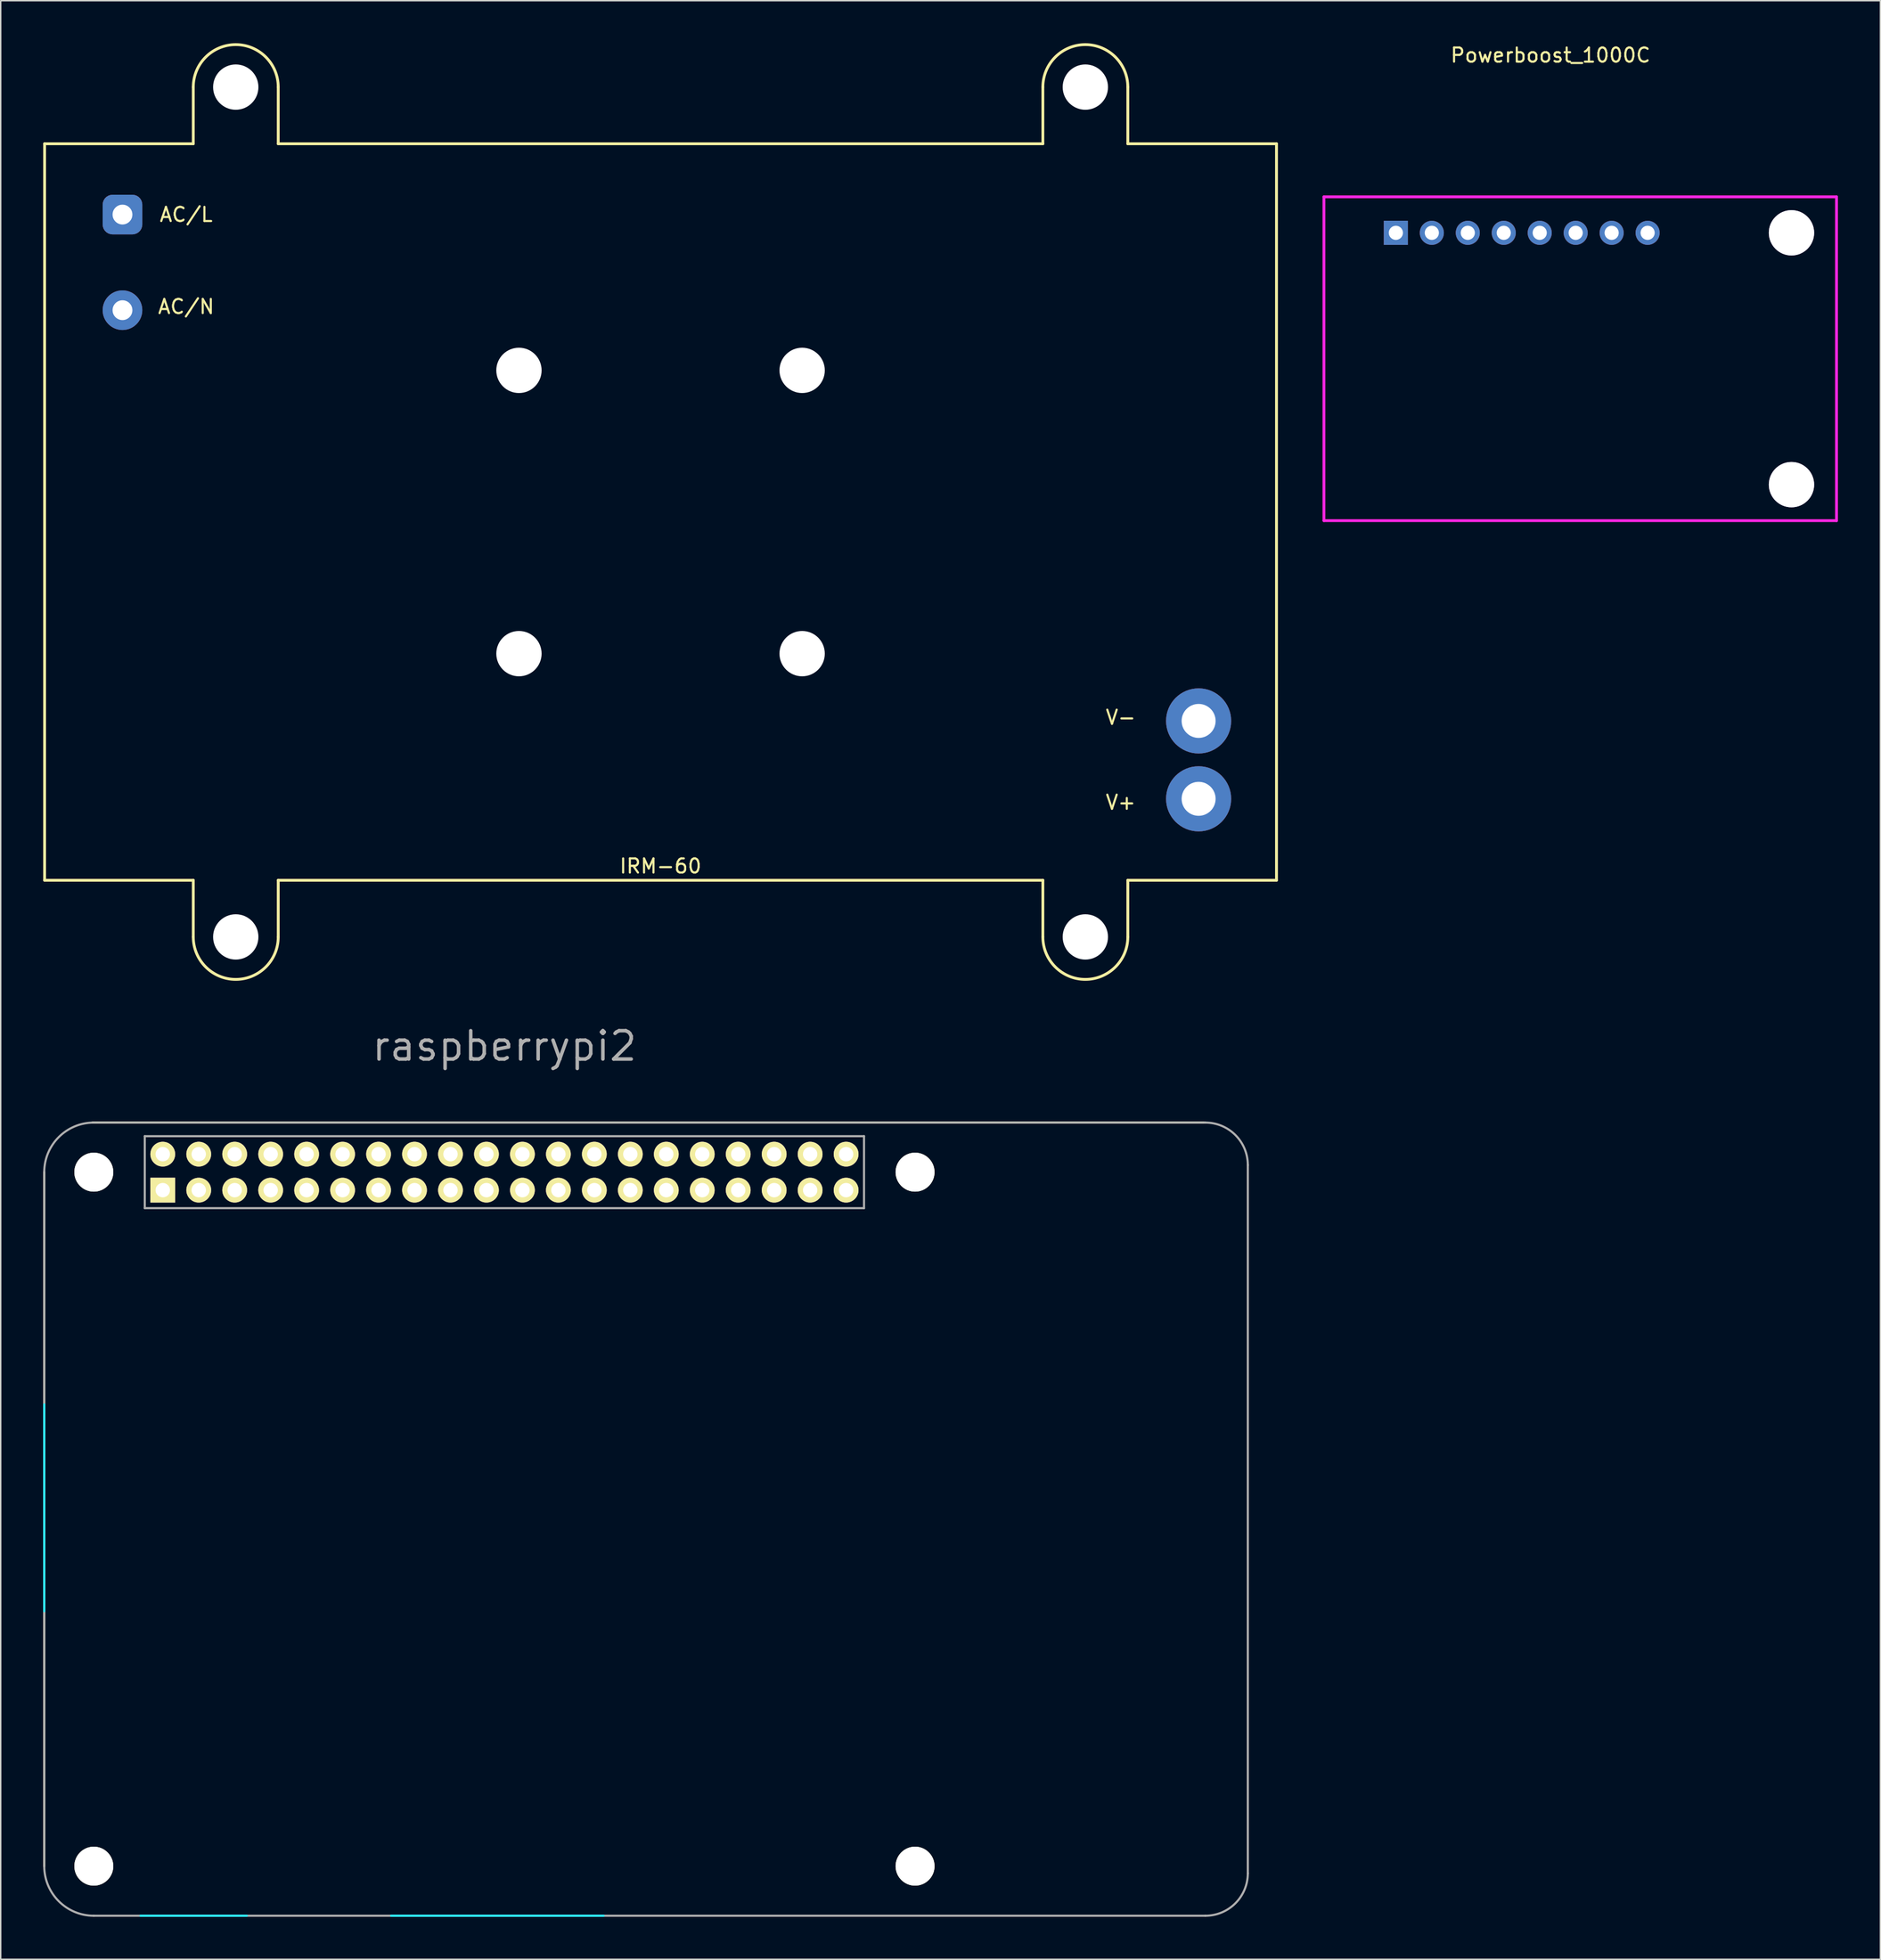
<source format=kicad_pcb>
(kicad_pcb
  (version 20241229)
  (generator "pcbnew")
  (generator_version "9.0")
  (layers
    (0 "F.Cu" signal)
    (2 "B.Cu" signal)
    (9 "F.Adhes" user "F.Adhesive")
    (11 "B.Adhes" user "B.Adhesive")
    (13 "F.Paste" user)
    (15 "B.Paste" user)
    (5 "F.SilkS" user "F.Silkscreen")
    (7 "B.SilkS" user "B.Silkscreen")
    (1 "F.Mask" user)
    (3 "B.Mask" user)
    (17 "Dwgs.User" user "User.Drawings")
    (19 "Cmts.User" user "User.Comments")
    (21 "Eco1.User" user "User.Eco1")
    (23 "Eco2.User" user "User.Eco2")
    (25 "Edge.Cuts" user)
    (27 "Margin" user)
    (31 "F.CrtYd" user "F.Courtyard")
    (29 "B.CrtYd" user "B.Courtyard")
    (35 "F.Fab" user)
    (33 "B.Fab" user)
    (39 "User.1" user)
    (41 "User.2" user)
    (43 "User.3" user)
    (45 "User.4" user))
  (footprint "raspberrypi2"
    (layer "F.Cu")
    (at 32.575 79.709)
    (property "Reference" "raspberrypi2" (at 0 -8.9 0) (layer "F.Fab") (effects (font (size 2 2) (thickness 0.25))))
    (attr through_hole)
    (fp_line (start -32.5 49) (end -32.5 0) (stroke (width 0.15) (type solid)) (layer "F.SilkS"))
    (fp_line (start 49.4 -3.5) (end -29.1 -3.5) (stroke (width 0.15) (type solid)) (layer "F.SilkS"))
    (fp_line (start -32.5 16.4) (end -32.5 31) (stroke (width 0.15) (type solid)) (layer "B.CrtYd"))
    (fp_line (start -18.2 52.5) (end -25.7 52.5) (stroke (width 0.15) (type solid)) (layer "B.CrtYd"))
    (fp_line (start 7 52.5) (end -8 52.5) (stroke (width 0.15) (type solid)) (layer "B.CrtYd"))
    (fp_line (start -32.5 49) (end -32.5 0) (stroke (width 0.15) (type solid)) (layer "F.Fab"))
    (fp_line (start -29 52.5) (end 49.5 52.5) (stroke (width 0.15) (type solid)) (layer "F.Fab"))
    (fp_line (start -25.4 -2.54) (end -25.4 2.54) (stroke (width 0.15) (type solid)) (layer "F.Fab"))
    (fp_line (start -25.4 -2.54) (end 25.4 -2.54) (stroke (width 0.15) (type solid)) (layer "F.Fab"))
    (fp_line (start 25.395 2.54) (end 25.395 -2.54) (stroke (width 0.15) (type solid)) (layer "F.Fab"))
    (fp_line (start 25.4 2.54) (end -25.4 2.54) (stroke (width 0.15) (type solid)) (layer "F.Fab"))
    (fp_line (start 49.5 -3.5) (end -29 -3.5) (stroke (width 0.15) (type solid)) (layer "F.Fab"))
    (fp_line (start 52.5 49.5) (end 52.5 -0.5) (stroke (width 0.15) (type solid)) (layer "F.Fab"))
    (fp_arc (start -32.5 0) (mid -31.474874 -2.474874) (end -29 -3.5) (stroke (width 0.15) (type solid)) (layer "F.Fab"))
    (fp_arc (start -29 52.5) (mid -31.474874 51.474874) (end -32.5 49) (stroke (width 0.15) (type solid)) (layer "F.Fab"))
    (fp_arc (start 49.5 -3.5) (mid 51.62132 -2.62132) (end 52.5 -0.5) (stroke (width 0.15) (type solid)) (layer "F.Fab"))
    (fp_arc (start 52.5 49.5) (mid 51.62132 51.62132) (end 49.5 52.5) (stroke (width 0.15) (type solid)) (layer "F.Fab"))
    (pad "" np_thru_hole circle (at -29 0) (size 2.75 2.75) (drill 2.75) (layers "*.Cu" "*.Mask" "F.SilkS"))
    (pad "" np_thru_hole circle (at -29 49) (size 2.75 2.75) (drill 2.75) (layers "*.Cu" "*.Mask" "F.SilkS"))
    (pad "" np_thru_hole circle (at 29 0) (size 2.75 2.75) (drill 2.75) (layers "*.Cu" "*.Mask" "F.SilkS"))
    (pad "" np_thru_hole circle (at 29 49) (size 2.75 2.75) (drill 2.75) (layers "*.Cu" "*.Mask" "F.SilkS"))
    (pad "1" thru_hole rect (at -24.13 1.27) (size 1.75 1.75) (drill 1.016) (layers "*.Cu" "*.Mask" "F.SilkS"))
    (pad "2" thru_hole circle (at -24.13 -1.27) (size 1.75 1.75) (drill 1.016) (layers "*.Cu" "*.Mask" "F.SilkS"))
    (pad "3" thru_hole circle (at -21.59 1.27) (size 1.75 1.75) (drill 1.016) (layers "*.Cu" "*.Mask" "F.SilkS"))
    (pad "4" thru_hole circle (at -21.59 -1.27) (size 1.75 1.75) (drill 1.016) (layers "*.Cu" "*.Mask" "F.SilkS"))
    (pad "5" thru_hole circle (at -19.05 1.27) (size 1.75 1.75) (drill 1.016) (layers "*.Cu" "*.Mask" "F.SilkS"))
    (pad "6" thru_hole circle (at -19.05 -1.27) (size 1.75 1.75) (drill 1.016) (layers "*.Cu" "*.Mask" "F.SilkS"))
    (pad "7" thru_hole circle (at -16.51 1.27) (size 1.75 1.75) (drill 1.016) (layers "*.Cu" "*.Mask" "F.SilkS"))
    (pad "8" thru_hole circle (at -16.51 -1.27) (size 1.75 1.75) (drill 1.016) (layers "*.Cu" "*.Mask" "F.SilkS"))
    (pad "9" thru_hole circle (at -13.97 1.27) (size 1.75 1.75) (drill 1.016) (layers "*.Cu" "*.Mask" "F.SilkS"))
    (pad "10" thru_hole circle (at -13.97 -1.27) (size 1.75 1.75) (drill 1.016) (layers "*.Cu" "*.Mask" "F.SilkS"))
    (pad "11" thru_hole circle (at -11.43 1.27) (size 1.75 1.75) (drill 1.016) (layers "*.Cu" "*.Mask" "F.SilkS"))
    (pad "12" thru_hole circle (at -11.43 -1.27) (size 1.75 1.75) (drill 1.016) (layers "*.Cu" "*.Mask" "F.SilkS"))
    (pad "13" thru_hole circle (at -8.89 1.27) (size 1.75 1.75) (drill 1.016) (layers "*.Cu" "*.Mask" "F.SilkS"))
    (pad "14" thru_hole circle (at -8.89 -1.27) (size 1.75 1.75) (drill 1.016) (layers "*.Cu" "*.Mask" "F.SilkS"))
    (pad "15" thru_hole circle (at -6.35 1.27) (size 1.75 1.75) (drill 1.016) (layers "*.Cu" "*.Mask" "F.SilkS"))
    (pad "16" thru_hole circle (at -6.35 -1.27) (size 1.75 1.75) (drill 1.016) (layers "*.Cu" "*.Mask" "F.SilkS"))
    (pad "17" thru_hole circle (at -3.81 1.27) (size 1.75 1.75) (drill 1.016) (layers "*.Cu" "*.Mask" "F.SilkS"))
    (pad "18" thru_hole circle (at -3.81 -1.27) (size 1.75 1.75) (drill 1.016) (layers "*.Cu" "*.Mask" "F.SilkS"))
    (pad "19" thru_hole circle (at -1.27 1.27) (size 1.75 1.75) (drill 1.016) (layers "*.Cu" "*.Mask" "F.SilkS"))
    (pad "20" thru_hole circle (at -1.27 -1.27) (size 1.75 1.75) (drill 1.016) (layers "*.Cu" "*.Mask" "F.SilkS"))
    (pad "21" thru_hole circle (at 1.27 1.27) (size 1.75 1.75) (drill 1.016) (layers "*.Cu" "*.Mask" "F.SilkS"))
    (pad "22" thru_hole circle (at 1.27 -1.27) (size 1.75 1.75) (drill 1.016) (layers "*.Cu" "*.Mask" "F.SilkS"))
    (pad "23" thru_hole circle (at 3.81 1.27) (size 1.75 1.75) (drill 1.016) (layers "*.Cu" "*.Mask" "F.SilkS"))
    (pad "24" thru_hole circle (at 3.81 -1.27) (size 1.75 1.75) (drill 1.016) (layers "*.Cu" "*.Mask" "F.SilkS"))
    (pad "25" thru_hole circle (at 6.35 1.27) (size 1.75 1.75) (drill 1.016) (layers "*.Cu" "*.Mask" "F.SilkS"))
    (pad "26" thru_hole circle (at 6.35 -1.27) (size 1.75 1.75) (drill 1.016) (layers "*.Cu" "*.Mask" "F.SilkS"))
    (pad "27" thru_hole circle (at 8.89 1.27) (size 1.75 1.75) (drill 1.016) (layers "*.Cu" "*.Mask" "F.SilkS"))
    (pad "28" thru_hole circle (at 8.89 -1.27) (size 1.75 1.75) (drill 1.016) (layers "*.Cu" "*.Mask" "F.SilkS"))
    (pad "29" thru_hole circle (at 11.43 1.27) (size 1.75 1.75) (drill 1.016) (layers "*.Cu" "*.Mask" "F.SilkS"))
    (pad "30" thru_hole circle (at 11.43 -1.27) (size 1.75 1.75) (drill 1.016) (layers "*.Cu" "*.Mask" "F.SilkS"))
    (pad "31" thru_hole circle (at 13.97 1.27) (size 1.75 1.75) (drill 1.016) (layers "*.Cu" "*.Mask" "F.SilkS"))
    (pad "32" thru_hole circle (at 13.97 -1.27) (size 1.75 1.75) (drill 1.016) (layers "*.Cu" "*.Mask" "F.SilkS"))
    (pad "33" thru_hole circle (at 16.51 1.27) (size 1.75 1.75) (drill 1.016) (layers "*.Cu" "*.Mask" "F.SilkS"))
    (pad "34" thru_hole circle (at 16.51 -1.27) (size 1.75 1.75) (drill 1.016) (layers "*.Cu" "*.Mask" "F.SilkS"))
    (pad "35" thru_hole circle (at 19.05 1.27) (size 1.75 1.75) (drill 1.016) (layers "*.Cu" "*.Mask" "F.SilkS"))
    (pad "36" thru_hole circle (at 19.05 -1.27) (size 1.75 1.75) (drill 1.016) (layers "*.Cu" "*.Mask" "F.SilkS"))
    (pad "37" thru_hole circle (at 21.59 1.27) (size 1.75 1.75) (drill 1.016) (layers "*.Cu" "*.Mask" "F.SilkS"))
    (pad "38" thru_hole circle (at 21.59 -1.27) (size 1.75 1.75) (drill 1.016) (layers "*.Cu" "*.Mask" "F.SilkS"))
    (pad "39" thru_hole circle (at 24.13 1.27) (size 1.75 1.75) (drill 1.016) (layers "*.Cu" "*.Mask" "F.SilkS"))
    (pad "40" thru_hole circle (at 24.13 -1.27) (size 1.75 1.75) (drill 1.016) (layers "*.Cu" "*.Mask" "F.SilkS")))
  (footprint "IRM-60"
    (layer "F.Cu")
    (at 43.6 33.1)
    (property "Reference" "IRM-60" (at 0 25 0) (layer "F.SilkS") (effects (font (size 1 1) (thickness 0.15))))
    (attr through_hole)
    (fp_line (start -43.5 -26) (end -43.5 26) (stroke (width 0.2) (type solid)) (layer "F.SilkS"))
    (fp_line (start -43.5 26) (end -33 26) (stroke (width 0.2) (type solid)) (layer "F.SilkS"))
    (fp_line (start -33 -30) (end -33 -26) (stroke (width 0.2) (type solid)) (layer "F.SilkS"))
    (fp_line (start -33 -26) (end -43.5 -26) (stroke (width 0.2) (type solid)) (layer "F.SilkS"))
    (fp_line (start -33 30) (end -33 26) (stroke (width 0.2) (type solid)) (layer "F.SilkS"))
    (fp_line (start -27 -30) (end -27 -26) (stroke (width 0.2) (type solid)) (layer "F.SilkS"))
    (fp_line (start -27 -26) (end 27 -26) (stroke (width 0.2) (type solid)) (layer "F.SilkS"))
    (fp_line (start -27 26) (end 27 26) (stroke (width 0.2) (type solid)) (layer "F.SilkS"))
    (fp_line (start -27 30) (end -27 26) (stroke (width 0.2) (type solid)) (layer "F.SilkS"))
    (fp_line (start 27 -30) (end 27 -26) (stroke (width 0.2) (type solid)) (layer "F.SilkS"))
    (fp_line (start 27 30) (end 27 26) (stroke (width 0.2) (type solid)) (layer "F.SilkS"))
    (fp_line (start 33 -30) (end 33 -26) (stroke (width 0.2) (type solid)) (layer "F.SilkS"))
    (fp_line (start 33 -26) (end 43.5 -26) (stroke (width 0.2) (type solid)) (layer "F.SilkS"))
    (fp_line (start 33 26) (end 43.5 26) (stroke (width 0.2) (type solid)) (layer "F.SilkS"))
    (fp_line (start 33 30) (end 33 26) (stroke (width 0.2) (type solid)) (layer "F.SilkS"))
    (fp_line (start 43.5 -26) (end 43.5 26) (stroke (width 0.2) (type solid)) (layer "F.SilkS"))
    (fp_arc (start -33 -30) (mid -30 -33) (end -27 -30) (stroke (width 0.2) (type solid)) (layer "F.SilkS"))
    (fp_arc (start -27 30) (mid -30 33) (end -33 30) (stroke (width 0.2) (type solid)) (layer "F.SilkS"))
    (fp_arc (start 27 -30) (mid 30 -33) (end 33 -30) (stroke (width 0.2) (type solid)) (layer "F.SilkS"))
    (fp_arc (start 33 30) (mid 30 33) (end 27 30) (stroke (width 0.2) (type solid)) (layer "F.SilkS"))
    (fp_text user "AC/N" (at -33.5 -14.5 0) (layer "F.SilkS") (effects (font (size 1 1) (thickness 0.15))))
    (fp_text user "V+" (at 32.5 20.5 0) (layer "F.SilkS") (effects (font (size 1 1) (thickness 0.15))))
    (fp_text user "V-" (at 32.5 14.5 0) (layer "F.SilkS") (effects (font (size 1 1) (thickness 0.15))))
    (fp_text user "AC/L" (at -33.5 -21 0) (layer "F.SilkS") (effects (font (size 1 1) (thickness 0.15))))
    (pad "" np_thru_hole circle (at -30 -30) (size 3.2 3.2) (drill 3.2) (layers "*.Cu" "*.Mask"))
    (pad "" np_thru_hole circle (at -30 30) (size 3.2 3.2) (drill 3.2) (layers "*.Cu" "*.Mask"))
    (pad "" np_thru_hole circle (at -10 -10) (size 3.2 3.2) (drill 3.2) (layers "*.Cu" "*.Mask"))
    (pad "" np_thru_hole circle (at -10 10) (size 3.2 3.2) (drill 3.2) (layers "*.Cu" "*.Mask"))
    (pad "" np_thru_hole circle (at 10 -10) (size 3.2 3.2) (drill 3.2) (layers "*.Cu" "*.Mask"))
    (pad "" np_thru_hole circle (at 10 10) (size 3.2 3.2) (drill 3.2) (layers "*.Cu" "*.Mask"))
    (pad "" np_thru_hole circle (at 30 -30) (size 3.2 3.2) (drill 3.2) (layers "*.Cu" "*.Mask"))
    (pad "" np_thru_hole circle (at 30 30) (size 3.2 3.2) (drill 3.2) (layers "*.Cu" "*.Mask"))
    (pad "1" thru_hole roundrect (at -38 -21) (size 2.8 2.8) (drill 1.4) (layers "*.Cu" "*.Mask" "B.Paste") (roundrect_rratio 0.25))
    (pad "2" thru_hole circle (at -38 -14.25) (size 2.8 2.8) (drill 1.4) (layers "*.Cu" "*.Mask" "B.Paste"))
    (pad "3" thru_hole circle (at 38 14.75) (size 4.6 4.6) (drill 2.4) (layers "*.Cu" "*.Mask" "B.Paste"))
    (pad "4" thru_hole circle (at 38 20.25) (size 4.6 4.6) (drill 2.4) (layers "*.Cu" "*.Mask" "B.Paste")))
  (footprint "Powerboost_1000C"
    (layer "F.Cu")
    (at 90.45 10.848)
    (property "Reference" "Powerboost_1000C" (at 16 -10 0) (layer "F.SilkS") (effects (font (size 1 1) (thickness 0.15))))
    (attr through_hole)
    (fp_line (start 0 0) (end 0 22.86) (stroke (width 0.2) (type solid)) (layer "F.CrtYd"))
    (fp_line (start 0 0) (end 36.2 0) (stroke (width 0.2) (type solid)) (layer "F.CrtYd"))
    (fp_line (start 0 22.86) (end 36.2 22.86) (stroke (width 0.2) (type solid)) (layer "F.CrtYd"))
    (fp_line (start 36.2 0) (end 36.2 22.86) (stroke (width 0.2) (type solid)) (layer "F.CrtYd"))
    (pad "0" thru_hole circle (at 33.02 2.54) (size 3.2 3.2) (drill 3.2) (layers "*.Cu" "*.Mask"))
    (pad "0" thru_hole circle (at 33.02 20.32) (size 3.2 3.2) (drill 3.2) (layers "*.Cu" "*.Mask"))
    (pad "1" thru_hole rect (at 5.08 2.54) (size 1.7 1.7) (drill 1) (layers "*.Cu" "*.Mask"))
    (pad "2" thru_hole circle (at 7.62 2.54) (size 1.7 1.7) (drill 1) (layers "*.Cu" "*.Mask"))
    (pad "3" thru_hole circle (at 10.16 2.54) (size 1.7 1.7) (drill 1) (layers "*.Cu" "*.Mask"))
    (pad "4" thru_hole circle (at 12.7 2.54) (size 1.7 1.7) (drill 1) (layers "*.Cu" "*.Mask"))
    (pad "5" thru_hole circle (at 15.24 2.54) (size 1.7 1.7) (drill 1) (layers "*.Cu" "*.Mask"))
    (pad "6" thru_hole circle (at 17.78 2.54) (size 1.7 1.7) (drill 1) (layers "*.Cu" "*.Mask"))
    (pad "7" thru_hole circle (at 20.32 2.54) (size 1.7 1.7) (drill 1) (layers "*.Cu" "*.Mask"))
    (pad "8" thru_hole circle (at 22.86 2.54) (size 1.7 1.7) (drill 1) (layers "*.Cu" "*.Mask")))
  (gr_rect
    (start -3 -3)
    (end 129.75 135.284)
    (stroke (width 0.1) (type default))
    (fill no)
    (layer "Edge.Cuts")))
</source>
